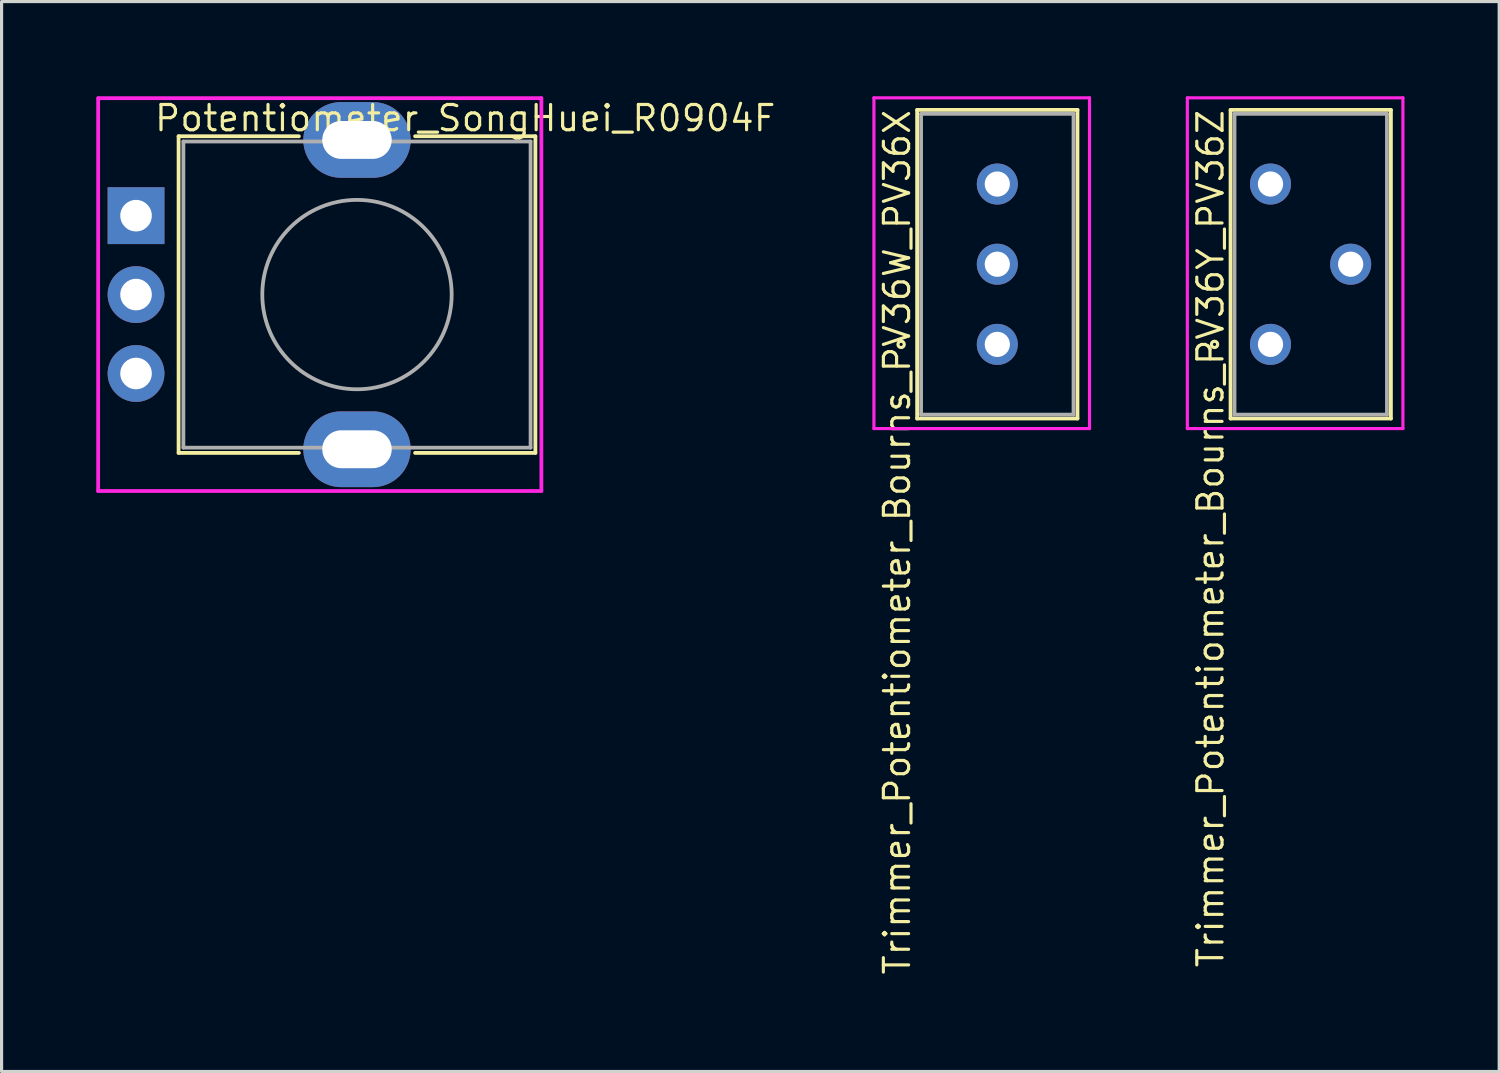
<source format=kicad_pcb>
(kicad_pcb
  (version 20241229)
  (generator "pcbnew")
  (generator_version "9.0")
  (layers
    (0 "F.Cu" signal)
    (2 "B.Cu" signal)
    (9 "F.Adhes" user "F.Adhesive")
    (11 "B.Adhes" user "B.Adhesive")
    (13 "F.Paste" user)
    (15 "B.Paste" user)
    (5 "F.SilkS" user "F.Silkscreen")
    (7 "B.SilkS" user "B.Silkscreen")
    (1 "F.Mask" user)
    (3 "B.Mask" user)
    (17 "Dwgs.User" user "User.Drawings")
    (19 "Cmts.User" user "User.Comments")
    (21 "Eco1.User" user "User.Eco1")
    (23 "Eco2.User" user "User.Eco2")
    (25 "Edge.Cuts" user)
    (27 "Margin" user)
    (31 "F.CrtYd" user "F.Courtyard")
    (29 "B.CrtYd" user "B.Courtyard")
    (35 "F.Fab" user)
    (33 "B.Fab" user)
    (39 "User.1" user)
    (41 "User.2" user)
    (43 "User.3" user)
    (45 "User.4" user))
  (footprint "Trimmer_Potentiometer_Bourns_PV36Y_PV36Z"
    (layer "F.Cu")
    (at 38.477 5.321)
    (property "Reference" "Trimmer_Potentiometer_Bourns_PV36Y_PV36Z" (at -3.175 -4.953 90) (layer "F.SilkS") (effects (font (size 0.8 0.8) (thickness 0.1)) (justify right)))
    (attr through_hole)
    (fp_line (start -2.54 -4.889) (end 2.54 -4.889) (stroke (width 0.12) (type solid)) (layer "F.SilkS"))
    (fp_line (start -2.54 4.889) (end -2.54 -4.889) (stroke (width 0.12) (type solid)) (layer "F.SilkS"))
    (fp_line (start 2.54 -4.889) (end 2.54 4.889) (stroke (width 0.12) (type solid)) (layer "F.SilkS"))
    (fp_line (start 2.54 4.889) (end -2.54 4.889) (stroke (width 0.12) (type solid)) (layer "F.SilkS"))
    (fp_circle (center -3.048 2.54) (end -2.948 2.54) (stroke (width 0.1) (type solid)) (fill no) (layer "F.SilkS"))
    (fp_line (start -3.909 -5.271) (end 2.921 -5.271) (stroke (width 0.1) (type solid)) (layer "F.CrtYd"))
    (fp_line (start -3.909 5.207) (end -3.909 -5.271) (stroke (width 0.1) (type solid)) (layer "F.CrtYd"))
    (fp_line (start 2.921 -5.271) (end 2.921 5.207) (stroke (width 0.1) (type solid)) (layer "F.CrtYd"))
    (fp_line (start 2.921 5.207) (end -3.909 5.207) (stroke (width 0.1) (type solid)) (layer "F.CrtYd"))
    (fp_line (start -2.415 -4.765) (end -2.415 4.765) (stroke (width 0.12) (type solid)) (layer "F.Fab"))
    (fp_line (start -2.415 4.765) (end 2.415 4.765) (stroke (width 0.12) (type solid)) (layer "F.Fab"))
    (fp_line (start 2.415 -4.765) (end -2.415 -4.765) (stroke (width 0.12) (type solid)) (layer "F.Fab"))
    (fp_line (start 2.415 4.765) (end 2.415 -4.765) (stroke (width 0.12) (type solid)) (layer "F.Fab"))
    (pad "1" thru_hole circle (at -1.275 2.54) (size 1.3 1.3) (drill 0.8) (layers "*.Cu" "*.Mask"))
    (pad "2" thru_hole circle (at 1.265 0) (size 1.3 1.3) (drill 0.8) (layers "*.Cu" "*.Mask"))
    (pad "3" thru_hole circle (at -1.275 -2.54) (size 1.3 1.3) (drill 0.8) (layers "*.Cu" "*.Mask")))
  (footprint "Potentiometer_SongHuei_R0904F"
    (layer "F.Cu")
    (at 8.26 6.283)
    (property "Reference" "Potentiometer_SongHuei_R0904F" (at 3.429 -5.588 0) (layer "F.SilkS") (effects (font (size 0.8 0.8) (thickness 0.1))))
    (attr through_hole)
    (fp_line (start -5.652 5.016) (end -5.652 -5.016) (stroke (width 0.12) (type solid)) (layer "F.SilkS"))
    (fp_line (start -1.841 -5.016) (end -5.652 -5.016) (stroke (width 0.12) (type solid)) (layer "F.SilkS"))
    (fp_line (start -1.841 5.016) (end -5.652 5.016) (stroke (width 0.12) (type solid)) (layer "F.SilkS"))
    (fp_line (start 1.841 -5.016) (end 5.652 -5.016) (stroke (width 0.12) (type solid)) (layer "F.SilkS"))
    (fp_line (start 5.652 -5.016) (end 5.652 5.016) (stroke (width 0.12) (type solid)) (layer "F.SilkS"))
    (fp_line (start 5.652 5.016) (end 1.841 5.016) (stroke (width 0.12) (type solid)) (layer "F.SilkS"))
    (fp_line (start -8.2 -6.223) (end -8.2 6.223) (stroke (width 0.12) (type solid)) (layer "F.CrtYd"))
    (fp_line (start 5.842 -6.223) (end -8.191 -6.223) (stroke (width 0.12) (type solid)) (layer "F.CrtYd"))
    (fp_line (start 5.842 -6.223) (end 5.842 6.223) (stroke (width 0.12) (type solid)) (layer "F.CrtYd"))
    (fp_line (start 5.842 6.223) (end -8.2 6.223) (stroke (width 0.12) (type solid)) (layer "F.CrtYd"))
    (fp_line (start -5.5 -4.85) (end -5.5 4.85) (stroke (width 0.12) (type solid)) (layer "F.Fab"))
    (fp_line (start 5.5 -4.85) (end -5.5 -4.85) (stroke (width 0.12) (type solid)) (layer "F.Fab"))
    (fp_line (start 5.5 -4.85) (end 5.5 4.85) (stroke (width 0.12) (type solid)) (layer "F.Fab"))
    (fp_line (start 5.5 4.85) (end -5.5 4.85) (stroke (width 0.12) (type solid)) (layer "F.Fab"))
    (fp_circle (center 0 0) (end 3 0) (stroke (width 0.12) (type solid)) (fill no) (layer "F.Fab"))
    (pad "" thru_hole oval (at 0 -4.9 270) (size 2.4 3.4) (drill oval 1.2 2.2) (layers "*.Cu" "*.Mask"))
    (pad "" thru_hole oval (at 0 4.9 270) (size 2.4 3.4) (drill oval 1.2 2.2) (layers "*.Cu" "*.Mask"))
    (pad "1" thru_hole rect (at -7 -2.5 270) (size 1.8 1.8) (drill 1) (layers "*.Cu" "*.Mask"))
    (pad "2" thru_hole circle (at -7 0 270) (size 1.8 1.8) (drill 1) (layers "*.Cu" "*.Mask"))
    (pad "3" thru_hole circle (at -7 2.5 270) (size 1.8 1.8) (drill 1) (layers "*.Cu" "*.Mask")))
  (footprint "Trimmer_Potentiometer_Bourns_PV36W_PV36X"
    (layer "F.Cu")
    (at 28.547 5.321)
    (property "Reference" "Trimmer_Potentiometer_Bourns_PV36W_PV36X" (at -3.175 -4.953 90) (layer "F.SilkS") (effects (font (size 0.8 0.8) (thickness 0.1)) (justify right)))
    (attr through_hole)
    (fp_line (start -2.54 -4.889) (end 2.54 -4.889) (stroke (width 0.12) (type solid)) (layer "F.SilkS"))
    (fp_line (start -2.54 4.889) (end -2.54 -4.889) (stroke (width 0.12) (type solid)) (layer "F.SilkS"))
    (fp_line (start 2.54 -4.889) (end 2.54 4.889) (stroke (width 0.12) (type solid)) (layer "F.SilkS"))
    (fp_line (start 2.54 4.889) (end -2.54 4.889) (stroke (width 0.12) (type solid)) (layer "F.SilkS"))
    (fp_circle (center -3.048 2.54) (end -2.948 2.54) (stroke (width 0.1) (type solid)) (fill no) (layer "F.SilkS"))
    (fp_line (start -3.909 -5.271) (end 2.921 -5.271) (stroke (width 0.1) (type solid)) (layer "F.CrtYd"))
    (fp_line (start -3.909 5.207) (end -3.909 -5.271) (stroke (width 0.1) (type solid)) (layer "F.CrtYd"))
    (fp_line (start 2.921 -5.271) (end 2.921 5.207) (stroke (width 0.1) (type solid)) (layer "F.CrtYd"))
    (fp_line (start 2.921 5.207) (end -3.909 5.207) (stroke (width 0.1) (type solid)) (layer "F.CrtYd"))
    (fp_line (start -2.415 -4.765) (end -2.415 4.765) (stroke (width 0.12) (type solid)) (layer "F.Fab"))
    (fp_line (start -2.415 4.765) (end 2.415 4.765) (stroke (width 0.12) (type solid)) (layer "F.Fab"))
    (fp_line (start 2.415 -4.765) (end -2.415 -4.765) (stroke (width 0.12) (type solid)) (layer "F.Fab"))
    (fp_line (start 2.415 4.765) (end 2.415 -4.765) (stroke (width 0.12) (type solid)) (layer "F.Fab"))
    (pad "1" thru_hole circle (at 0 2.54) (size 1.3 1.3) (drill 0.8) (layers "*.Cu" "*.Mask"))
    (pad "2" thru_hole circle (at 0 0) (size 1.3 1.3) (drill 0.8) (layers "*.Cu" "*.Mask"))
    (pad "3" thru_hole circle (at 0 -2.54) (size 1.3 1.3) (drill 0.8) (layers "*.Cu" "*.Mask")))
  (gr_rect
    (start -3 -3)
    (end 44.448 30.898)
    (stroke (width 0.1) (type default))
    (fill no)
    (layer "Edge.Cuts")))
</source>
